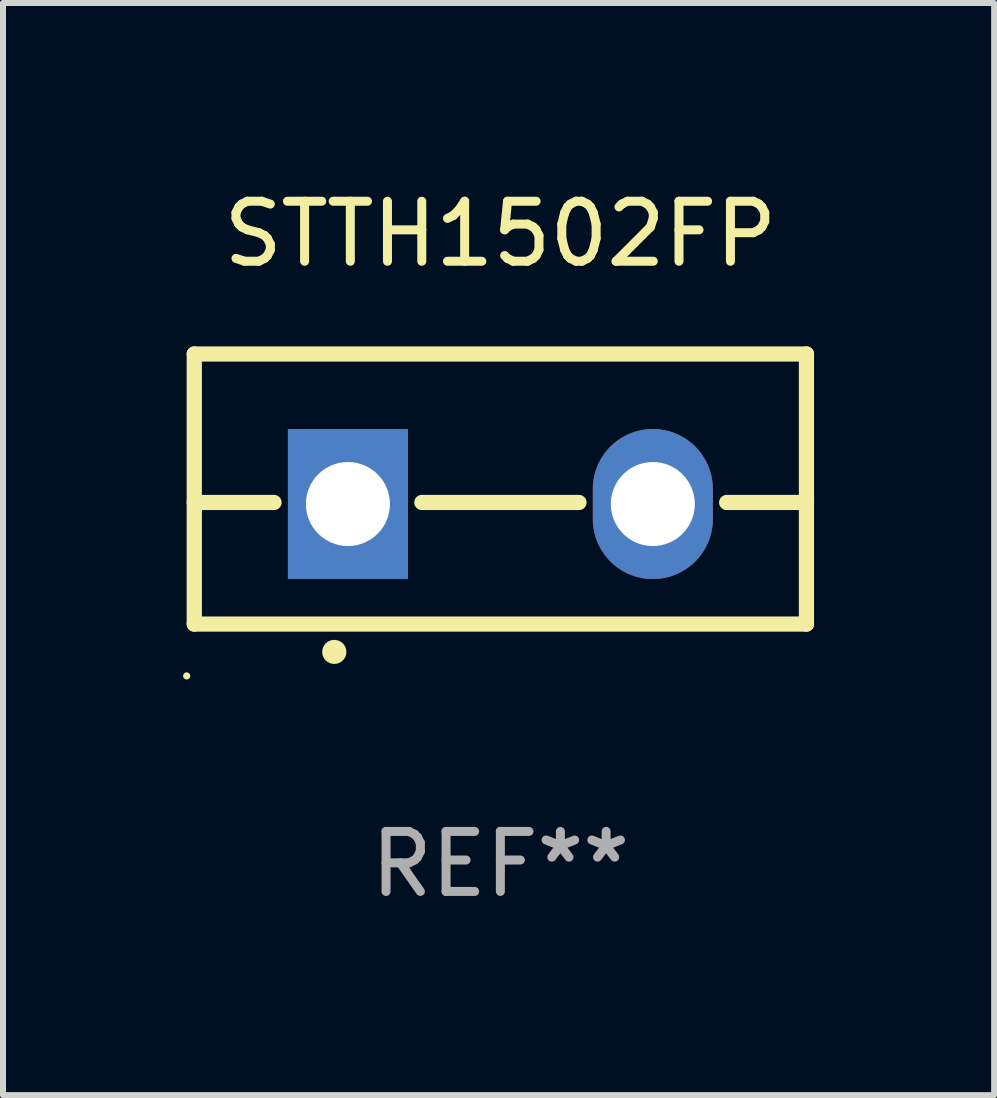
<source format=kicad_pcb>
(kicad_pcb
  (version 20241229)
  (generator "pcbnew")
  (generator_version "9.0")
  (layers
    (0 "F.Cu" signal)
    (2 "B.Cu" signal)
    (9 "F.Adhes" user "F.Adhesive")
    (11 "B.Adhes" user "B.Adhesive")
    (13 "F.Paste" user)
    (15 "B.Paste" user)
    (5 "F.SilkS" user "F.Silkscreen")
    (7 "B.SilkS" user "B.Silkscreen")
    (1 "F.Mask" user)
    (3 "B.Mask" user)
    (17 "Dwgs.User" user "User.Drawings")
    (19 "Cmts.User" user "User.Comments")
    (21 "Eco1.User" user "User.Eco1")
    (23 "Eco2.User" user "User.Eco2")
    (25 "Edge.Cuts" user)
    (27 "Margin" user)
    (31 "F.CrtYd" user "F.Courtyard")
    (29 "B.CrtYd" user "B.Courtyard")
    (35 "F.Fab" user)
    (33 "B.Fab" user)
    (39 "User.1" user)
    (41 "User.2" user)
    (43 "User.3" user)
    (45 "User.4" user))
  (footprint "STTH1502FP"
    (layer "F.Cu")
    (at 5.287 5.098)
    (property "Reference" "STTH1502FP" (at 0 -4.25 0) (layer "F.SilkS") (effects (font (size 1 1) (thickness 0.15))))
    (attr through_hole)
    (fp_line (start -5.1 -2.25) (end -5.1 2.25) (stroke (width 0.254) (type solid)) (layer "F.SilkS"))
    (fp_line (start -5.1 0.224) (end -3.772 0.224) (stroke (width 0.254) (type solid)) (layer "F.SilkS"))
    (fp_line (start -5.1 2.25) (end 5.1 2.25) (stroke (width 0.254) (type solid)) (layer "F.SilkS"))
    (fp_line (start -1.308 0.224) (end 1.309 0.224) (stroke (width 0.254) (type solid)) (layer "F.SilkS"))
    (fp_line (start 3.771 0.224) (end 5.1 0.224) (stroke (width 0.254) (type solid)) (layer "F.SilkS"))
    (fp_line (start 5.1 -2.25) (end -5.1 -2.25) (stroke (width 0.254) (type solid)) (layer "F.SilkS"))
    (fp_line (start 5.1 -2.25) (end 5.1 2.25) (stroke (width 0.254) (type solid)) (layer "F.SilkS"))
    (fp_arc (start -2.768606 2.713805) (mid -2.767336 2.713801) (end -2.766066 2.713805) (stroke (width 0.4) (type solid)) (layer "F.SilkS"))
    (fp_circle (center -5.227 3.114) (end -5.197 3.114) (stroke (width 0.06) (type solid)) (fill no) (layer "F.SilkS"))
    (fp_text user "REF**" (at 0 6.25 0) (layer "F.Fab") (effects (font (size 1 1) (thickness 0.15))))
    (pad "1" thru_hole rect (at -2.54 0.25) (size 2 2.5) (drill 1.4) (layers "*.Cu" "*.Mask"))
    (pad "3" thru_hole oval (at 2.54 0.25) (size 2 2.5) (drill 1.4) (layers "*.Cu" "*.Mask")))
  (gr_rect
    (start -3 -3)
    (end 13.514 15.197)
    (stroke (width 0.1) (type default))
    (fill no)
    (layer "Edge.Cuts")))
</source>
